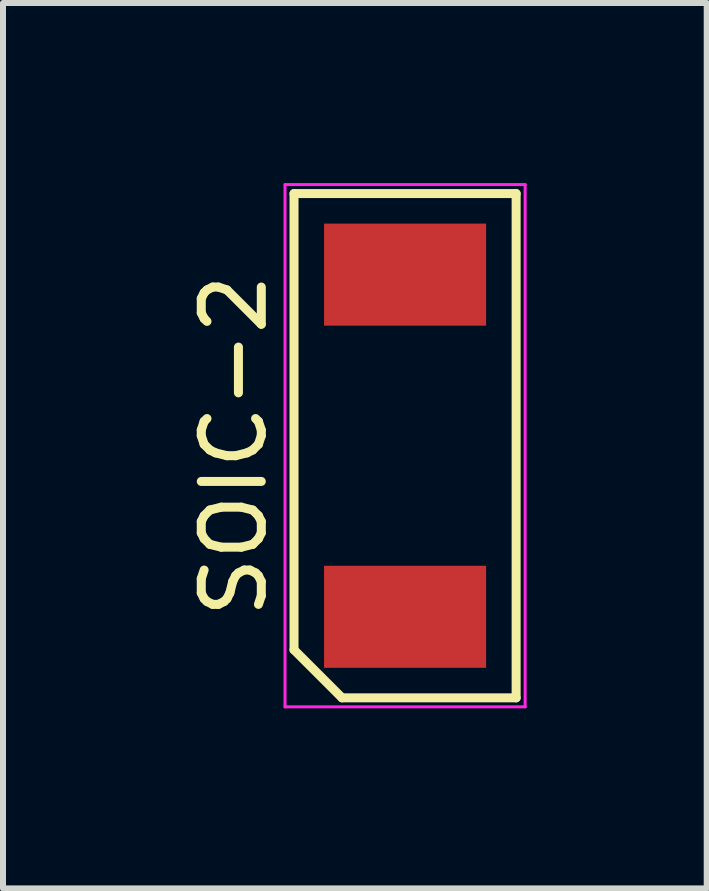
<source format=kicad_pcb>
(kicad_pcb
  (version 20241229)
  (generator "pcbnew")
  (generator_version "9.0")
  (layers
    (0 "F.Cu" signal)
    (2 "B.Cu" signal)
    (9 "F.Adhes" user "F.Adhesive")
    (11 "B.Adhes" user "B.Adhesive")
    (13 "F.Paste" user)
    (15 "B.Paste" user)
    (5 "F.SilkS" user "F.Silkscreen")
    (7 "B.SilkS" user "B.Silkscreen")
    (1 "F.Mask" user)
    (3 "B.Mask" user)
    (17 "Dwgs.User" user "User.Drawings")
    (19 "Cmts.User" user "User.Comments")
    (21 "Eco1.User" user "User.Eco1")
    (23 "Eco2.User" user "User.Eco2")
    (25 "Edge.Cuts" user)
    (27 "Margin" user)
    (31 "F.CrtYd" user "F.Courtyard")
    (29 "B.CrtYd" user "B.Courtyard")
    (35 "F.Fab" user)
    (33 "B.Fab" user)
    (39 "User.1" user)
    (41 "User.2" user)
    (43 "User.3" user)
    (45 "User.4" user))
  (footprint "SOIC-2"
    (layer "F.Cu")
    (at 3.698 4.375)
    (property "Reference" "SOIC-2" (at -2.85 0 90) (layer "F.SilkS") (effects (font (size 1 1) (thickness 0.15))))
    (attr smd)
    (fp_line (start -1.85 -4.2) (end 1.85 -4.2) (stroke (width 0.15) (type solid)) (layer "F.SilkS"))
    (fp_line (start -1.85 3.4) (end -1.85 -4.2) (stroke (width 0.15) (type solid)) (layer "F.SilkS"))
    (fp_line (start -1.05 4.2) (end -1.85 3.4) (stroke (width 0.15) (type solid)) (layer "F.SilkS"))
    (fp_line (start 1.85 -4.2) (end 1.85 4.2) (stroke (width 0.15) (type solid)) (layer "F.SilkS"))
    (fp_line (start 1.85 4.2) (end -1.05 4.2) (stroke (width 0.15) (type solid)) (layer "F.SilkS"))
    (fp_line (start -2 -4.35) (end 2 -4.35) (stroke (width 0.05) (type solid)) (layer "F.CrtYd"))
    (fp_line (start -2 4.35) (end -2 -4.35) (stroke (width 0.05) (type solid)) (layer "F.CrtYd"))
    (fp_line (start 2 -4.35) (end 2 4.35) (stroke (width 0.05) (type solid)) (layer "F.CrtYd"))
    (fp_line (start 2 4.35) (end -2 4.35) (stroke (width 0.05) (type solid)) (layer "F.CrtYd"))
    (pad "1" smd rect (at 0 2.85) (size 2.7 1.7) (layers "F.Cu" "F.Mask" "F.Paste"))
    (pad "2" smd rect (at 0 -2.85) (size 2.7 1.7) (layers "F.Cu" "F.Mask" "F.Paste")))
  (gr_rect
    (start -3 -3)
    (end 8.723 11.75)
    (stroke (width 0.1) (type default))
    (fill no)
    (layer "Edge.Cuts")))
</source>
